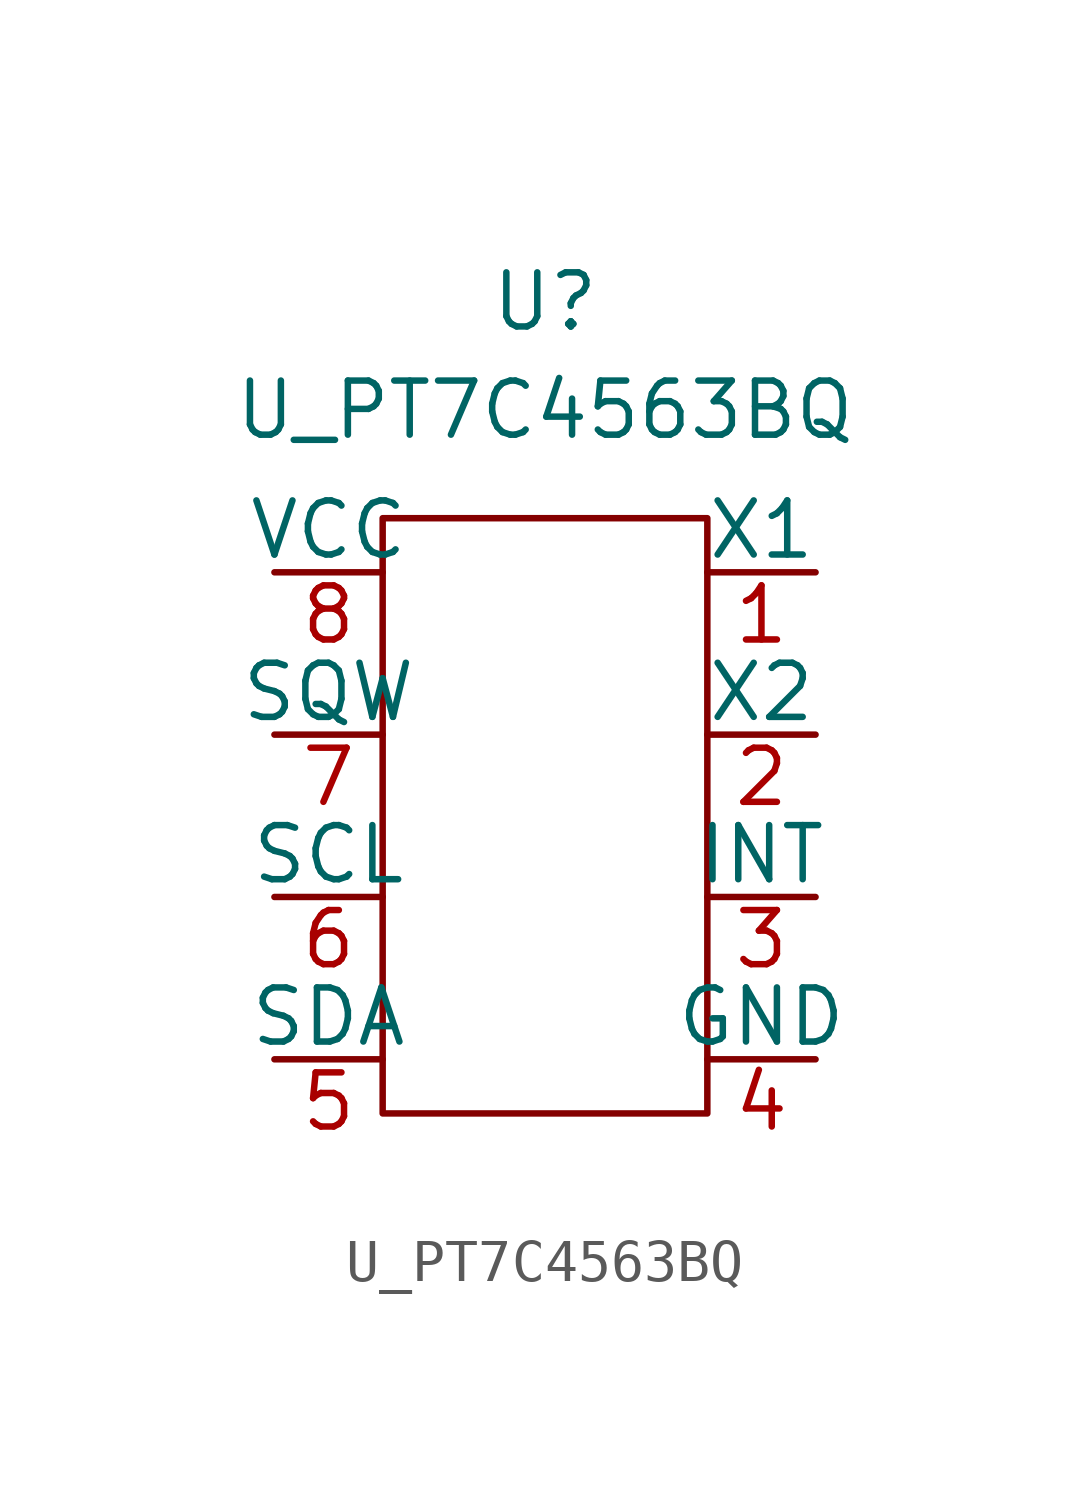
<source format=kicad_sym>
(kicad_symbol_lib
  (version 20220914)
  (generator kicad_symbol_editor)
  (symbol "U_PT7C4563BQ"
    (pin_names
      (offset 0))
    (property "Reference" "U"
      (at 0 12.7 0)
      (effects (font (size 1.27 1.27))))
    (property "Value" "U_PT7C4563BQ"
      (at 0 10.16 0)
      (effects (font (size 1.27 1.27))))
    (symbol "U_PT7C4563BQ_0_1"
      (rectangle (start -3.81 7.62) (end 3.81 -6.35) (stroke (width 0) (type solid)) (fill (type none))))
    (symbol "U_PT7C4563BQ_1_1"
      (pin input line (at 6.35 6.35 180) (length 2.54) (name "X1" (effects (font (size 1.27 1.27)))) (number "1" (effects (font (size 1.27 1.27)))))
      (pin input line (at 6.35 2.54 180) (length 2.54) (name "X2" (effects (font (size 1.27 1.27)))) (number "2" (effects (font (size 1.27 1.27)))))
      (pin input line (at 6.35 -1.27 180) (length 2.54) (name "INT" (effects (font (size 1.27 1.27)))) (number "3" (effects (font (size 1.27 1.27)))))
      (pin input line (at 6.35 -5.08 180) (length 2.54) (name "GND" (effects (font (size 1.27 1.27)))) (number "4" (effects (font (size 1.27 1.27)))))
      (pin input line (at -6.35 -5.08 0) (length 2.54) (name "SDA" (effects (font (size 1.27 1.27)))) (number "5" (effects (font (size 1.27 1.27)))))
      (pin input line (at -6.35 -1.27 0) (length 2.54) (name "SCL" (effects (font (size 1.27 1.27)))) (number "6" (effects (font (size 1.27 1.27)))))
      (pin input line (at -6.35 2.54 0) (length 2.54) (name "SQW" (effects (font (size 1.27 1.27)))) (number "7" (effects (font (size 1.27 1.27)))))
      (pin input line (at -6.35 6.35 0) (length 2.54) (name "VCC" (effects (font (size 1.27 1.27)))) (number "8" (effects (font (size 1.27 1.27))))))))
</source>
